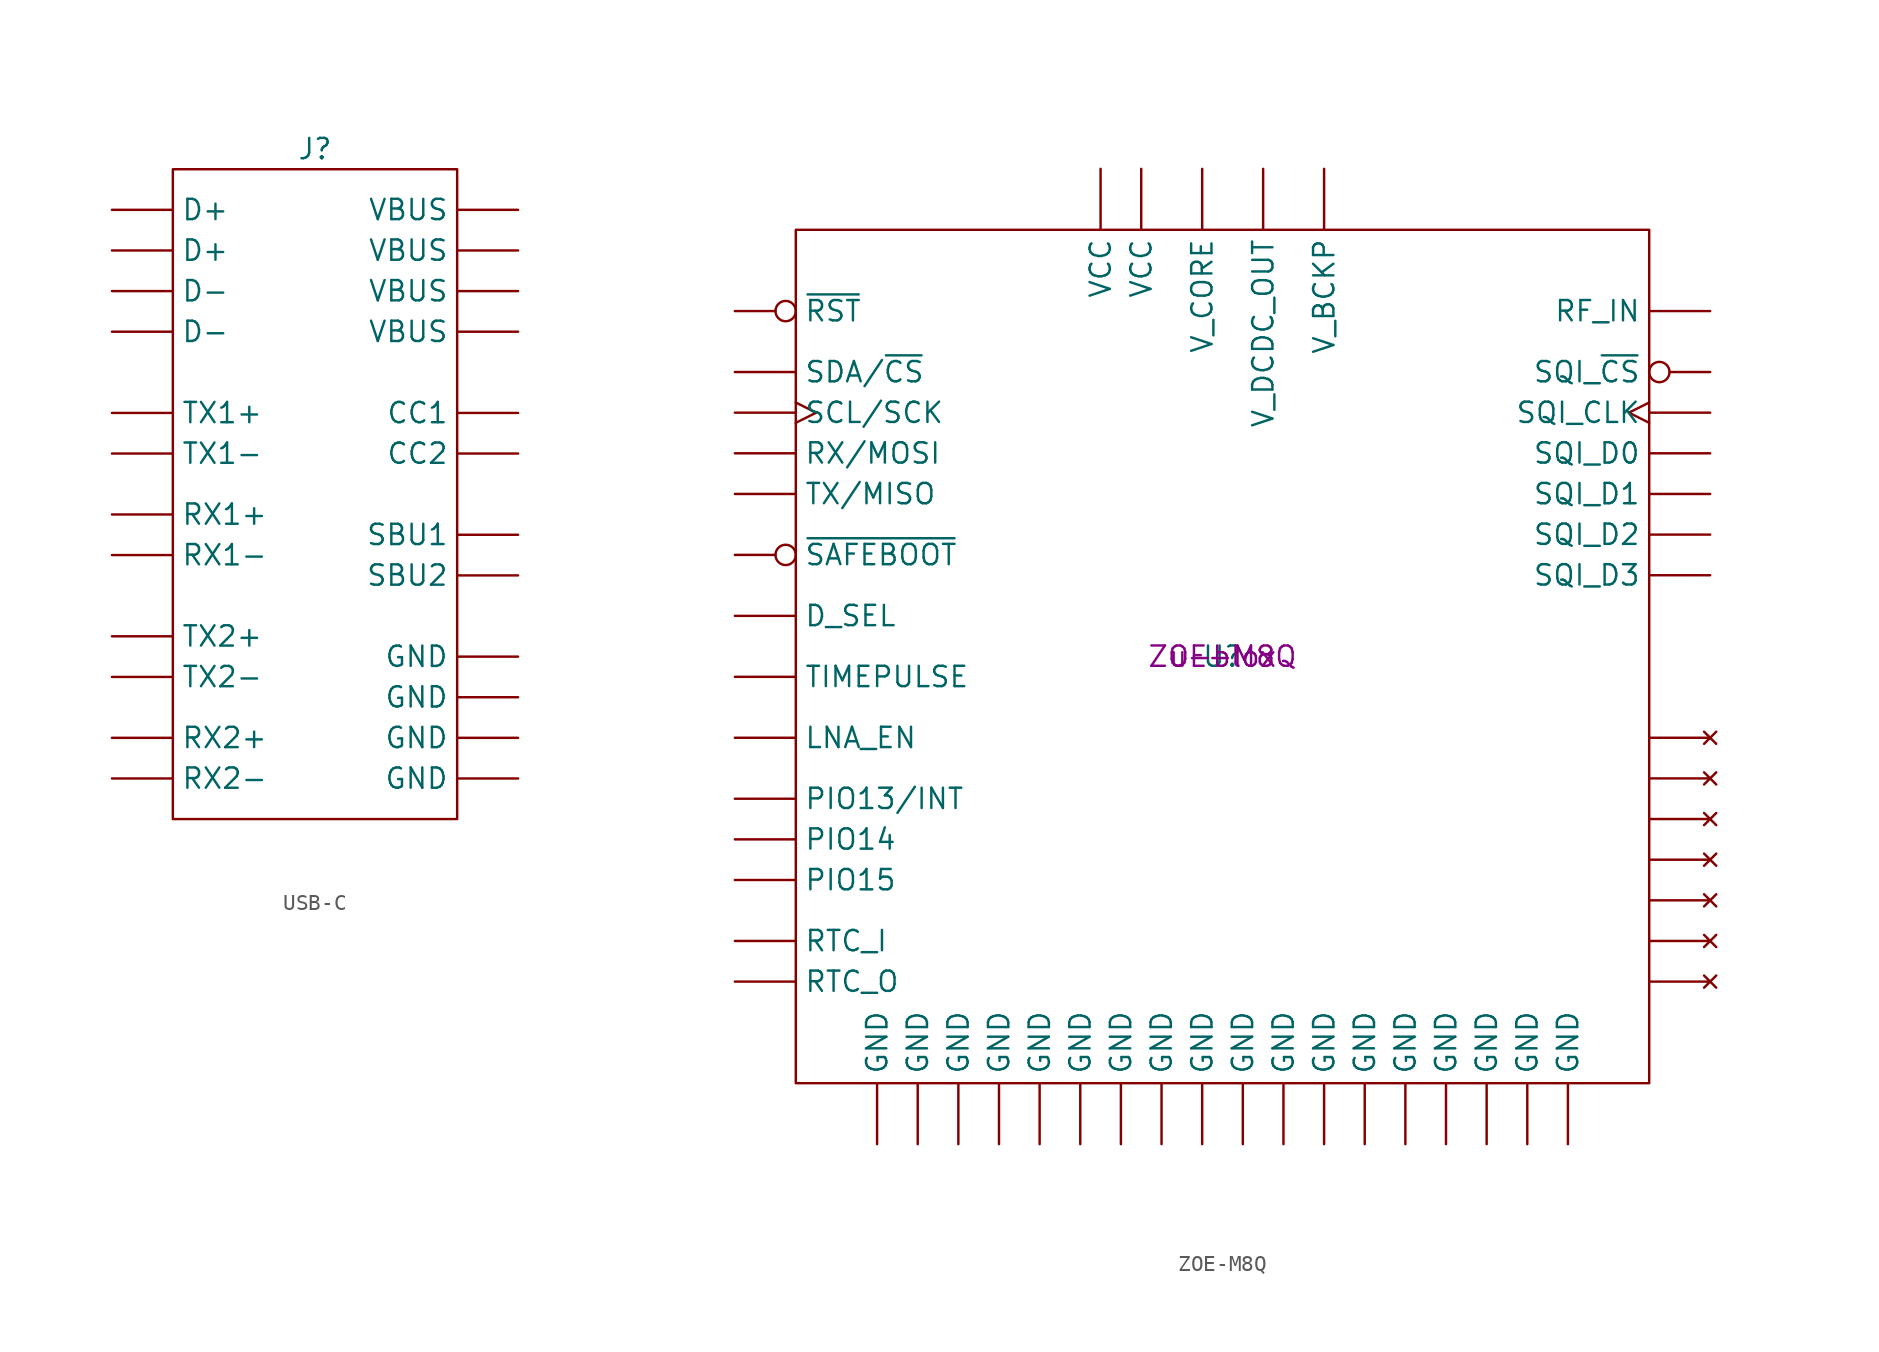
<source format=kicad_sym>
(kicad_symbol_lib
  (version 20220914)
  (generator kicad_symbol_editor)
  (symbol "USB-C"
    (pin_numbers hide)
    (property "Reference" "J"
      (at 0 21.59 0)
      (effects (font (size 1.27 1.27))))
    (property "Value" ""
      (at 0 0 0)
      (effects (font (size 1.27 1.27))))
    (symbol "USB-C_0_1"
      (rectangle (start -8.89 20.32) (end 8.89 -20.32) (stroke (width 0) (type default)) (fill (type none))))
    (symbol "USB-C_1_1"
      (pin passive line (at 12.7 -10.16 180) (length 3.81) (name "GND" (effects (font (size 1.27 1.27)))) (number "A1" (effects (font (size 1.27 1.27)))))
      (pin bidirectional line (at -12.7 -17.78 0) (length 3.81) (name "RX2-" (effects (font (size 1.27 1.27)))) (number "A10" (effects (font (size 1.27 1.27)))))
      (pin bidirectional line (at -12.7 -15.24 0) (length 3.81) (name "RX2+" (effects (font (size 1.27 1.27)))) (number "A11" (effects (font (size 1.27 1.27)))))
      (pin passive line (at 12.7 -12.7 180) (length 3.81) (name "GND" (effects (font (size 1.27 1.27)))) (number "A12" (effects (font (size 1.27 1.27)))))
      (pin bidirectional line (at -12.7 5.08 0) (length 3.81) (name "TX1+" (effects (font (size 1.27 1.27)))) (number "A2" (effects (font (size 1.27 1.27)))))
      (pin bidirectional line (at -12.7 2.54 0) (length 3.81) (name "TX1-" (effects (font (size 1.27 1.27)))) (number "A3" (effects (font (size 1.27 1.27)))))
      (pin passive line (at 12.7 17.78 180) (length 3.81) (name "VBUS" (effects (font (size 1.27 1.27)))) (number "A4" (effects (font (size 1.27 1.27)))))
      (pin bidirectional line (at 12.7 5.08 180) (length 3.81) (name "CC1" (effects (font (size 1.27 1.27)))) (number "A5" (effects (font (size 1.27 1.27)))))
      (pin bidirectional line (at -12.7 17.78 0) (length 3.81) (name "D+" (effects (font (size 1.27 1.27)))) (number "A6" (effects (font (size 1.27 1.27)))))
      (pin bidirectional line (at -12.7 12.7 0) (length 3.81) (name "D-" (effects (font (size 1.27 1.27)))) (number "A7" (effects (font (size 1.27 1.27)))))
      (pin passive line (at 12.7 -2.54 180) (length 3.81) (name "SBU1" (effects (font (size 1.27 1.27)))) (number "A8" (effects (font (size 1.27 1.27)))))
      (pin passive line (at 12.7 15.24 180) (length 3.81) (name "VBUS" (effects (font (size 1.27 1.27)))) (number "A9" (effects (font (size 1.27 1.27)))))
      (pin passive line (at 12.7 -15.24 180) (length 3.81) (name "GND" (effects (font (size 1.27 1.27)))) (number "B1" (effects (font (size 1.27 1.27)))))
      (pin bidirectional line (at -12.7 -3.81 0) (length 3.81) (name "RX1-" (effects (font (size 1.27 1.27)))) (number "B10" (effects (font (size 1.27 1.27)))))
      (pin bidirectional line (at -12.7 -1.27 0) (length 3.81) (name "RX1+" (effects (font (size 1.27 1.27)))) (number "B11" (effects (font (size 1.27 1.27)))))
      (pin passive line (at 12.7 -17.78 180) (length 3.81) (name "GND" (effects (font (size 1.27 1.27)))) (number "B12" (effects (font (size 1.27 1.27)))))
      (pin bidirectional line (at -12.7 -8.89 0) (length 3.81) (name "TX2+" (effects (font (size 1.27 1.27)))) (number "B2" (effects (font (size 1.27 1.27)))))
      (pin bidirectional line (at -12.7 -11.43 0) (length 3.81) (name "TX2-" (effects (font (size 1.27 1.27)))) (number "B3" (effects (font (size 1.27 1.27)))))
      (pin passive line (at 12.7 12.7 180) (length 3.81) (name "VBUS" (effects (font (size 1.27 1.27)))) (number "B4" (effects (font (size 1.27 1.27)))))
      (pin bidirectional line (at 12.7 2.54 180) (length 3.81) (name "CC2" (effects (font (size 1.27 1.27)))) (number "B5" (effects (font (size 1.27 1.27)))))
      (pin bidirectional line (at -12.7 15.24 0) (length 3.81) (name "D+" (effects (font (size 1.27 1.27)))) (number "B6" (effects (font (size 1.27 1.27)))))
      (pin bidirectional line (at -12.7 10.16 0) (length 3.81) (name "D-" (effects (font (size 1.27 1.27)))) (number "B7" (effects (font (size 1.27 1.27)))))
      (pin passive line (at 12.7 -5.08 180) (length 3.81) (name "SBU2" (effects (font (size 1.27 1.27)))) (number "B8" (effects (font (size 1.27 1.27)))))
      (pin passive line (at 12.7 10.16 180) (length 3.81) (name "VBUS" (effects (font (size 1.27 1.27)))) (number "B9" (effects (font (size 1.27 1.27)))))))
  (symbol "ZOE-M8Q"
    (pin_numbers hide)
    (property "Reference" "U"
      (at 0 0 0)
      (effects (font (size 1.27 1.27))))
    (property "Value" ""
      (at 0 0 0)
      (effects (font (size 1.27 1.27))))
    (property "Manufacturer" "u-blox"
      (at 0 0 0)
      (effects (font (size 1.27 1.27))))
    (property "Part #" "ZOE-M8Q"
      (at 0 0 0)
      (effects (font (size 1.27 1.27))))
    (symbol "ZOE-M8Q_0_1"
      (rectangle (start -26.67 26.67) (end 26.67 -26.67) (stroke (width 0) (type default)) (fill (type none))))
    (symbol "ZOE-M8Q_1_1"
      (pin power_in line (at 21.59 -30.48 90) (length 3.81) (name "GND" (effects (font (size 1.27 1.27)))) (number "A1" (effects (font (size 1.27 1.27)))))
      (pin bidirectional line (at -30.48 17.78 0) (length 3.81) (name "SDA/~{CS}" (effects (font (size 1.27 1.27)))) (number "A2" (effects (font (size 1.27 1.27)))))
      (pin power_in line (at 19.05 -30.48 90) (length 3.81) (name "GND" (effects (font (size 1.27 1.27)))) (number "A3" (effects (font (size 1.27 1.27)))))
      (pin input line (at 30.48 21.59 180) (length 3.81) (name "RF_IN" (effects (font (size 1.27 1.27)))) (number "A4" (effects (font (size 1.27 1.27)))))
      (pin power_in line (at 16.51 -30.48 90) (length 3.81) (name "GND" (effects (font (size 1.27 1.27)))) (number "A5" (effects (font (size 1.27 1.27)))))
      (pin no_connect line (at 30.48 -5.08 180) (length 3.81) (name "" (effects (font (size 1.27 1.27)))) (number "A6" (effects (font (size 1.27 1.27)))))
      (pin power_in line (at 13.97 -30.48 90) (length 3.81) (name "GND" (effects (font (size 1.27 1.27)))) (number "A7" (effects (font (size 1.27 1.27)))))
      (pin power_in line (at 11.43 -30.48 90) (length 3.81) (name "GND" (effects (font (size 1.27 1.27)))) (number "A8" (effects (font (size 1.27 1.27)))))
      (pin power_in line (at 8.89 -30.48 90) (length 3.81) (name "GND" (effects (font (size 1.27 1.27)))) (number "A9" (effects (font (size 1.27 1.27)))))
      (pin input clock (at -30.48 15.24 0) (length 3.81) (name "SCL/SCK" (effects (font (size 1.27 1.27)))) (number "B1" (effects (font (size 1.27 1.27)))))
      (pin power_in line (at 6.35 -30.48 90) (length 3.81) (name "GND" (effects (font (size 1.27 1.27)))) (number "B9" (effects (font (size 1.27 1.27)))))
      (pin input line (at 30.48 10.16 180) (length 3.81) (name "SQI_D1" (effects (font (size 1.27 1.27)))) (number "C1" (effects (font (size 1.27 1.27)))))
      (pin output line (at -30.48 -1.27 0) (length 3.81) (name "TIMEPULSE" (effects (font (size 1.27 1.27)))) (number "C3" (effects (font (size 1.27 1.27)))))
      (pin input inverted (at -30.48 6.35 0) (length 3.81) (name "~{SAFEBOOT}" (effects (font (size 1.27 1.27)))) (number "C4" (effects (font (size 1.27 1.27)))))
      (pin output line (at -30.48 -5.08 0) (length 3.81) (name "LNA_EN" (effects (font (size 1.27 1.27)))) (number "C5" (effects (font (size 1.27 1.27)))))
      (pin bidirectional line (at -30.48 -13.97 0) (length 3.81) (name "PIO15" (effects (font (size 1.27 1.27)))) (number "C6" (effects (font (size 1.27 1.27)))))
      (pin power_in line (at 3.81 -30.48 90) (length 3.81) (name "GND" (effects (font (size 1.27 1.27)))) (number "C7" (effects (font (size 1.27 1.27)))))
      (pin power_in line (at 1.27 -30.48 90) (length 3.81) (name "GND" (effects (font (size 1.27 1.27)))) (number "C9" (effects (font (size 1.27 1.27)))))
      (pin bidirectional line (at 30.48 12.7 180) (length 3.81) (name "SQI_D0" (effects (font (size 1.27 1.27)))) (number "D1" (effects (font (size 1.27 1.27)))))
      (pin bidirectional inverted (at 30.48 17.78 180) (length 3.81) (name "SQI_~{CS}" (effects (font (size 1.27 1.27)))) (number "D3" (effects (font (size 1.27 1.27)))))
      (pin input line (at -30.48 2.54 0) (length 3.81) (name "D_SEL" (effects (font (size 1.27 1.27)))) (number "D4" (effects (font (size 1.27 1.27)))))
      (pin power_in line (at -1.27 -30.48 90) (length 3.81) (name "GND" (effects (font (size 1.27 1.27)))) (number "D6" (effects (font (size 1.27 1.27)))))
      (pin power_in line (at -3.81 -30.48 90) (length 3.81) (name "GND" (effects (font (size 1.27 1.27)))) (number "D9" (effects (font (size 1.27 1.27)))))
      (pin bidirectional clock (at 30.48 15.24 180) (length 3.81) (name "SQI_CLK" (effects (font (size 1.27 1.27)))) (number "E1" (effects (font (size 1.27 1.27)))))
      (pin bidirectional line (at 30.48 7.62 180) (length 3.81) (name "SQI_D2" (effects (font (size 1.27 1.27)))) (number "E3" (effects (font (size 1.27 1.27)))))
      (pin power_in line (at -6.35 -30.48 90) (length 3.81) (name "GND" (effects (font (size 1.27 1.27)))) (number "E7" (effects (font (size 1.27 1.27)))))
      (pin no_connect line (at 30.48 -7.62 180) (length 3.81) (name "" (effects (font (size 1.27 1.27)))) (number "E9" (effects (font (size 1.27 1.27)))))
      (pin no_connect line (at 30.48 -10.16 180) (length 3.81) (name "" (effects (font (size 1.27 1.27)))) (number "F1" (effects (font (size 1.27 1.27)))))
      (pin bidirectional line (at 30.48 5.08 180) (length 3.81) (name "SQI_D3" (effects (font (size 1.27 1.27)))) (number "F3" (effects (font (size 1.27 1.27)))))
      (pin no_connect line (at 30.48 -12.7 180) (length 3.81) (name "" (effects (font (size 1.27 1.27)))) (number "F4" (effects (font (size 1.27 1.27)))))
      (pin bidirectional line (at -30.48 -11.43 0) (length 3.81) (name "PIO14" (effects (font (size 1.27 1.27)))) (number "F6" (effects (font (size 1.27 1.27)))))
      (pin power_in line (at -8.89 -30.48 90) (length 3.81) (name "GND" (effects (font (size 1.27 1.27)))) (number "F7" (effects (font (size 1.27 1.27)))))
      (pin no_connect line (at 30.48 -15.24 180) (length 3.81) (name "" (effects (font (size 1.27 1.27)))) (number "F9" (effects (font (size 1.27 1.27)))))
      (pin power_in line (at -1.27 30.48 270) (length 3.81) (name "V_CORE" (effects (font (size 1.27 1.27)))) (number "G1" (effects (font (size 1.27 1.27)))))
      (pin power_in line (at -11.43 -30.48 90) (length 3.81) (name "GND" (effects (font (size 1.27 1.27)))) (number "G3" (effects (font (size 1.27 1.27)))))
      (pin input line (at -30.48 -8.89 0) (length 3.81) (name "PIO13/INT" (effects (font (size 1.27 1.27)))) (number "G4" (effects (font (size 1.27 1.27)))))
      (pin no_connect line (at 30.48 -17.78 180) (length 3.81) (name "" (effects (font (size 1.27 1.27)))) (number "G5" (effects (font (size 1.27 1.27)))))
      (pin power_in line (at -13.97 -30.48 90) (length 3.81) (name "GND" (effects (font (size 1.27 1.27)))) (number "G6" (effects (font (size 1.27 1.27)))))
      (pin power_in line (at -16.51 -30.48 90) (length 3.81) (name "GND" (effects (font (size 1.27 1.27)))) (number "G7" (effects (font (size 1.27 1.27)))))
      (pin no_connect line (at 30.48 -20.32 180) (length 3.81) (name "" (effects (font (size 1.27 1.27)))) (number "G9" (effects (font (size 1.27 1.27)))))
      (pin power_out line (at 2.54 30.48 270) (length 3.81) (name "V_DCDC_OUT" (effects (font (size 1.27 1.27)))) (number "H1" (effects (font (size 1.27 1.27)))))
      (pin power_in line (at 6.35 30.48 270) (length 3.81) (name "V_BCKP" (effects (font (size 1.27 1.27)))) (number "H9" (effects (font (size 1.27 1.27)))))
      (pin power_in line (at -7.62 30.48 270) (length 3.81) (name "VCC" (effects (font (size 1.27 1.27)))) (number "J1" (effects (font (size 1.27 1.27)))))
      (pin power_in line (at -5.08 30.48 270) (length 3.81) (name "VCC" (effects (font (size 1.27 1.27)))) (number "J2" (effects (font (size 1.27 1.27)))))
      (pin power_in line (at -19.05 -30.48 90) (length 3.81) (name "GND" (effects (font (size 1.27 1.27)))) (number "J3" (effects (font (size 1.27 1.27)))))
      (pin input line (at -30.48 12.7 0) (length 3.81) (name "RX/MOSI" (effects (font (size 1.27 1.27)))) (number "J4" (effects (font (size 1.27 1.27)))))
      (pin output line (at -30.48 10.16 0) (length 3.81) (name "TX/MISO" (effects (font (size 1.27 1.27)))) (number "J5" (effects (font (size 1.27 1.27)))))
      (pin input inverted (at -30.48 21.59 0) (length 3.81) (name "~{RST}" (effects (font (size 1.27 1.27)))) (number "J6" (effects (font (size 1.27 1.27)))))
      (pin input line (at -30.48 -17.78 0) (length 3.81) (name "RTC_I" (effects (font (size 1.27 1.27)))) (number "J7" (effects (font (size 1.27 1.27)))))
      (pin output line (at -30.48 -20.32 0) (length 3.81) (name "RTC_O" (effects (font (size 1.27 1.27)))) (number "J8" (effects (font (size 1.27 1.27)))))
      (pin power_in line (at -21.59 -30.48 90) (length 3.81) (name "GND" (effects (font (size 1.27 1.27)))) (number "J9" (effects (font (size 1.27 1.27))))))))
</source>
